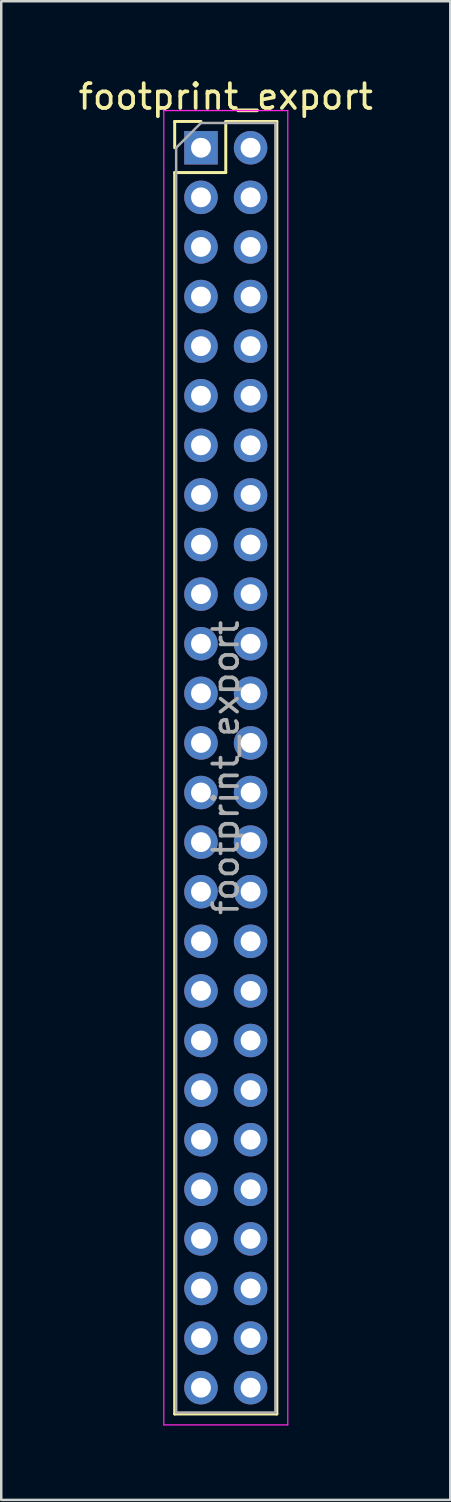
<source format=kicad_pcb>
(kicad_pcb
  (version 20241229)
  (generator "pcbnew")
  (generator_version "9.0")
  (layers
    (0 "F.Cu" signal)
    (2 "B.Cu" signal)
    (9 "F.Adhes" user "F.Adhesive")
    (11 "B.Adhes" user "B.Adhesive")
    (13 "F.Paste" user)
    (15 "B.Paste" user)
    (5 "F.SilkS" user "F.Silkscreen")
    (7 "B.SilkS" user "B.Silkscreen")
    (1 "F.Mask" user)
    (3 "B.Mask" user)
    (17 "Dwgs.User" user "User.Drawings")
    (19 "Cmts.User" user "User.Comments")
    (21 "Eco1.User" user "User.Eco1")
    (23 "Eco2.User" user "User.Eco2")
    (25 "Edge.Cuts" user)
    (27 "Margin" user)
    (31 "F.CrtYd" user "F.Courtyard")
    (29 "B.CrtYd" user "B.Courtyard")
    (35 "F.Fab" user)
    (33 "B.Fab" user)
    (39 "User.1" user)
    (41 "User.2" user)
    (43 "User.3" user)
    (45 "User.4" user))
  (footprint "footprint_export"
    (layer "F.Cu")
    (at 5.054 2.908)
    (property "Reference" "footprint_export" (at 1 -2.06 0) (layer "F.SilkS") (effects (font (size 1 1) (thickness 0.15))))
    (attr through_hole)
    (fp_line (start -1.06 -1.06) (end 0 -1.06) (stroke (width 0.12) (type solid)) (layer "F.SilkS"))
    (fp_line (start -1.06 0) (end -1.06 -1.06) (stroke (width 0.12) (type solid)) (layer "F.SilkS"))
    (fp_line (start -1.06 1) (end -1.06 51.06) (stroke (width 0.12) (type solid)) (layer "F.SilkS"))
    (fp_line (start -1.06 1) (end 1 1) (stroke (width 0.12) (type solid)) (layer "F.SilkS"))
    (fp_line (start -1.06 51.06) (end 3.06 51.06) (stroke (width 0.12) (type solid)) (layer "F.SilkS"))
    (fp_line (start 1 -1.06) (end 3.06 -1.06) (stroke (width 0.12) (type solid)) (layer "F.SilkS"))
    (fp_line (start 1 1) (end 1 -1.06) (stroke (width 0.12) (type solid)) (layer "F.SilkS"))
    (fp_line (start 3.06 -1.06) (end 3.06 51.06) (stroke (width 0.12) (type solid)) (layer "F.SilkS"))
    (fp_line (start -1.5 -1.5) (end -1.5 51.5) (stroke (width 0.05) (type solid)) (layer "F.CrtYd"))
    (fp_line (start -1.5 51.5) (end 3.5 51.5) (stroke (width 0.05) (type solid)) (layer "F.CrtYd"))
    (fp_line (start 3.5 -1.5) (end -1.5 -1.5) (stroke (width 0.05) (type solid)) (layer "F.CrtYd"))
    (fp_line (start 3.5 51.5) (end 3.5 -1.5) (stroke (width 0.05) (type solid)) (layer "F.CrtYd"))
    (fp_line (start -1 0) (end 0 -1) (stroke (width 0.1) (type solid)) (layer "F.Fab"))
    (fp_line (start -1 51) (end -1 0) (stroke (width 0.1) (type solid)) (layer "F.Fab"))
    (fp_line (start 0 -1) (end 3 -1) (stroke (width 0.1) (type solid)) (layer "F.Fab"))
    (fp_line (start 3 -1) (end 3 51) (stroke (width 0.1) (type solid)) (layer "F.Fab"))
    (fp_line (start 3 51) (end -1 51) (stroke (width 0.1) (type solid)) (layer "F.Fab"))
    (fp_text user "${REFERENCE}" (at 1 25 90) (layer "F.Fab") (effects (font (size 1 1) (thickness 0.15))))
    (pad "1" thru_hole rect (at 0 0) (size 1.35 1.35) (drill 0.8) (layers "*.Cu" "*.Mask"))
    (pad "2" thru_hole oval (at 2 0) (size 1.35 1.35) (drill 0.8) (layers "*.Cu" "*.Mask"))
    (pad "3" thru_hole oval (at 0 2) (size 1.35 1.35) (drill 0.8) (layers "*.Cu" "*.Mask"))
    (pad "4" thru_hole oval (at 2 2) (size 1.35 1.35) (drill 0.8) (layers "*.Cu" "*.Mask"))
    (pad "5" thru_hole oval (at 0 4) (size 1.35 1.35) (drill 0.8) (layers "*.Cu" "*.Mask"))
    (pad "6" thru_hole oval (at 2 4) (size 1.35 1.35) (drill 0.8) (layers "*.Cu" "*.Mask"))
    (pad "7" thru_hole oval (at 0 6) (size 1.35 1.35) (drill 0.8) (layers "*.Cu" "*.Mask"))
    (pad "8" thru_hole oval (at 2 6) (size 1.35 1.35) (drill 0.8) (layers "*.Cu" "*.Mask"))
    (pad "9" thru_hole oval (at 0 8) (size 1.35 1.35) (drill 0.8) (layers "*.Cu" "*.Mask"))
    (pad "10" thru_hole oval (at 2 8) (size 1.35 1.35) (drill 0.8) (layers "*.Cu" "*.Mask"))
    (pad "11" thru_hole oval (at 0 10) (size 1.35 1.35) (drill 0.8) (layers "*.Cu" "*.Mask"))
    (pad "12" thru_hole oval (at 2 10) (size 1.35 1.35) (drill 0.8) (layers "*.Cu" "*.Mask"))
    (pad "13" thru_hole oval (at 0 12) (size 1.35 1.35) (drill 0.8) (layers "*.Cu" "*.Mask"))
    (pad "14" thru_hole oval (at 2 12) (size 1.35 1.35) (drill 0.8) (layers "*.Cu" "*.Mask"))
    (pad "15" thru_hole oval (at 0 14) (size 1.35 1.35) (drill 0.8) (layers "*.Cu" "*.Mask"))
    (pad "16" thru_hole oval (at 2 14) (size 1.35 1.35) (drill 0.8) (layers "*.Cu" "*.Mask"))
    (pad "17" thru_hole oval (at 0 16) (size 1.35 1.35) (drill 0.8) (layers "*.Cu" "*.Mask"))
    (pad "18" thru_hole oval (at 2 16) (size 1.35 1.35) (drill 0.8) (layers "*.Cu" "*.Mask"))
    (pad "19" thru_hole oval (at 0 18) (size 1.35 1.35) (drill 0.8) (layers "*.Cu" "*.Mask"))
    (pad "20" thru_hole oval (at 2 18) (size 1.35 1.35) (drill 0.8) (layers "*.Cu" "*.Mask"))
    (pad "21" thru_hole oval (at 0 20) (size 1.35 1.35) (drill 0.8) (layers "*.Cu" "*.Mask"))
    (pad "22" thru_hole oval (at 2 20) (size 1.35 1.35) (drill 0.8) (layers "*.Cu" "*.Mask"))
    (pad "23" thru_hole oval (at 0 22) (size 1.35 1.35) (drill 0.8) (layers "*.Cu" "*.Mask"))
    (pad "24" thru_hole oval (at 2 22) (size 1.35 1.35) (drill 0.8) (layers "*.Cu" "*.Mask"))
    (pad "25" thru_hole oval (at 0 24) (size 1.35 1.35) (drill 0.8) (layers "*.Cu" "*.Mask"))
    (pad "26" thru_hole oval (at 2 24) (size 1.35 1.35) (drill 0.8) (layers "*.Cu" "*.Mask"))
    (pad "27" thru_hole oval (at 0 26) (size 1.35 1.35) (drill 0.8) (layers "*.Cu" "*.Mask"))
    (pad "28" thru_hole oval (at 2 26) (size 1.35 1.35) (drill 0.8) (layers "*.Cu" "*.Mask"))
    (pad "29" thru_hole oval (at 0 28) (size 1.35 1.35) (drill 0.8) (layers "*.Cu" "*.Mask"))
    (pad "30" thru_hole oval (at 2 28) (size 1.35 1.35) (drill 0.8) (layers "*.Cu" "*.Mask"))
    (pad "31" thru_hole oval (at 0 30) (size 1.35 1.35) (drill 0.8) (layers "*.Cu" "*.Mask"))
    (pad "32" thru_hole oval (at 2 30) (size 1.35 1.35) (drill 0.8) (layers "*.Cu" "*.Mask"))
    (pad "33" thru_hole oval (at 0 32) (size 1.35 1.35) (drill 0.8) (layers "*.Cu" "*.Mask"))
    (pad "34" thru_hole oval (at 2 32) (size 1.35 1.35) (drill 0.8) (layers "*.Cu" "*.Mask"))
    (pad "35" thru_hole oval (at 0 34) (size 1.35 1.35) (drill 0.8) (layers "*.Cu" "*.Mask"))
    (pad "36" thru_hole oval (at 2 34) (size 1.35 1.35) (drill 0.8) (layers "*.Cu" "*.Mask"))
    (pad "37" thru_hole oval (at 0 36) (size 1.35 1.35) (drill 0.8) (layers "*.Cu" "*.Mask"))
    (pad "38" thru_hole oval (at 2 36) (size 1.35 1.35) (drill 0.8) (layers "*.Cu" "*.Mask"))
    (pad "39" thru_hole oval (at 0 38) (size 1.35 1.35) (drill 0.8) (layers "*.Cu" "*.Mask"))
    (pad "40" thru_hole oval (at 2 38) (size 1.35 1.35) (drill 0.8) (layers "*.Cu" "*.Mask"))
    (pad "41" thru_hole oval (at 0 40) (size 1.35 1.35) (drill 0.8) (layers "*.Cu" "*.Mask"))
    (pad "42" thru_hole oval (at 2 40) (size 1.35 1.35) (drill 0.8) (layers "*.Cu" "*.Mask"))
    (pad "43" thru_hole oval (at 0 42) (size 1.35 1.35) (drill 0.8) (layers "*.Cu" "*.Mask"))
    (pad "44" thru_hole oval (at 2 42) (size 1.35 1.35) (drill 0.8) (layers "*.Cu" "*.Mask"))
    (pad "45" thru_hole oval (at 0 44) (size 1.35 1.35) (drill 0.8) (layers "*.Cu" "*.Mask"))
    (pad "46" thru_hole oval (at 2 44) (size 1.35 1.35) (drill 0.8) (layers "*.Cu" "*.Mask"))
    (pad "47" thru_hole oval (at 0 46) (size 1.35 1.35) (drill 0.8) (layers "*.Cu" "*.Mask"))
    (pad "48" thru_hole oval (at 2 46) (size 1.35 1.35) (drill 0.8) (layers "*.Cu" "*.Mask"))
    (pad "49" thru_hole oval (at 0 48) (size 1.35 1.35) (drill 0.8) (layers "*.Cu" "*.Mask"))
    (pad "50" thru_hole oval (at 2 48) (size 1.35 1.35) (drill 0.8) (layers "*.Cu" "*.Mask"))
    (pad "51" thru_hole oval (at 0 50) (size 1.35 1.35) (drill 0.8) (layers "*.Cu" "*.Mask"))
    (pad "52" thru_hole oval (at 2 50) (size 1.35 1.35) (drill 0.8) (layers "*.Cu" "*.Mask")))
  (gr_rect
    (start -3 -3)
    (end 15.107 57.433)
    (stroke (width 0.1) (type default))
    (fill no)
    (layer "Edge.Cuts")))
</source>
